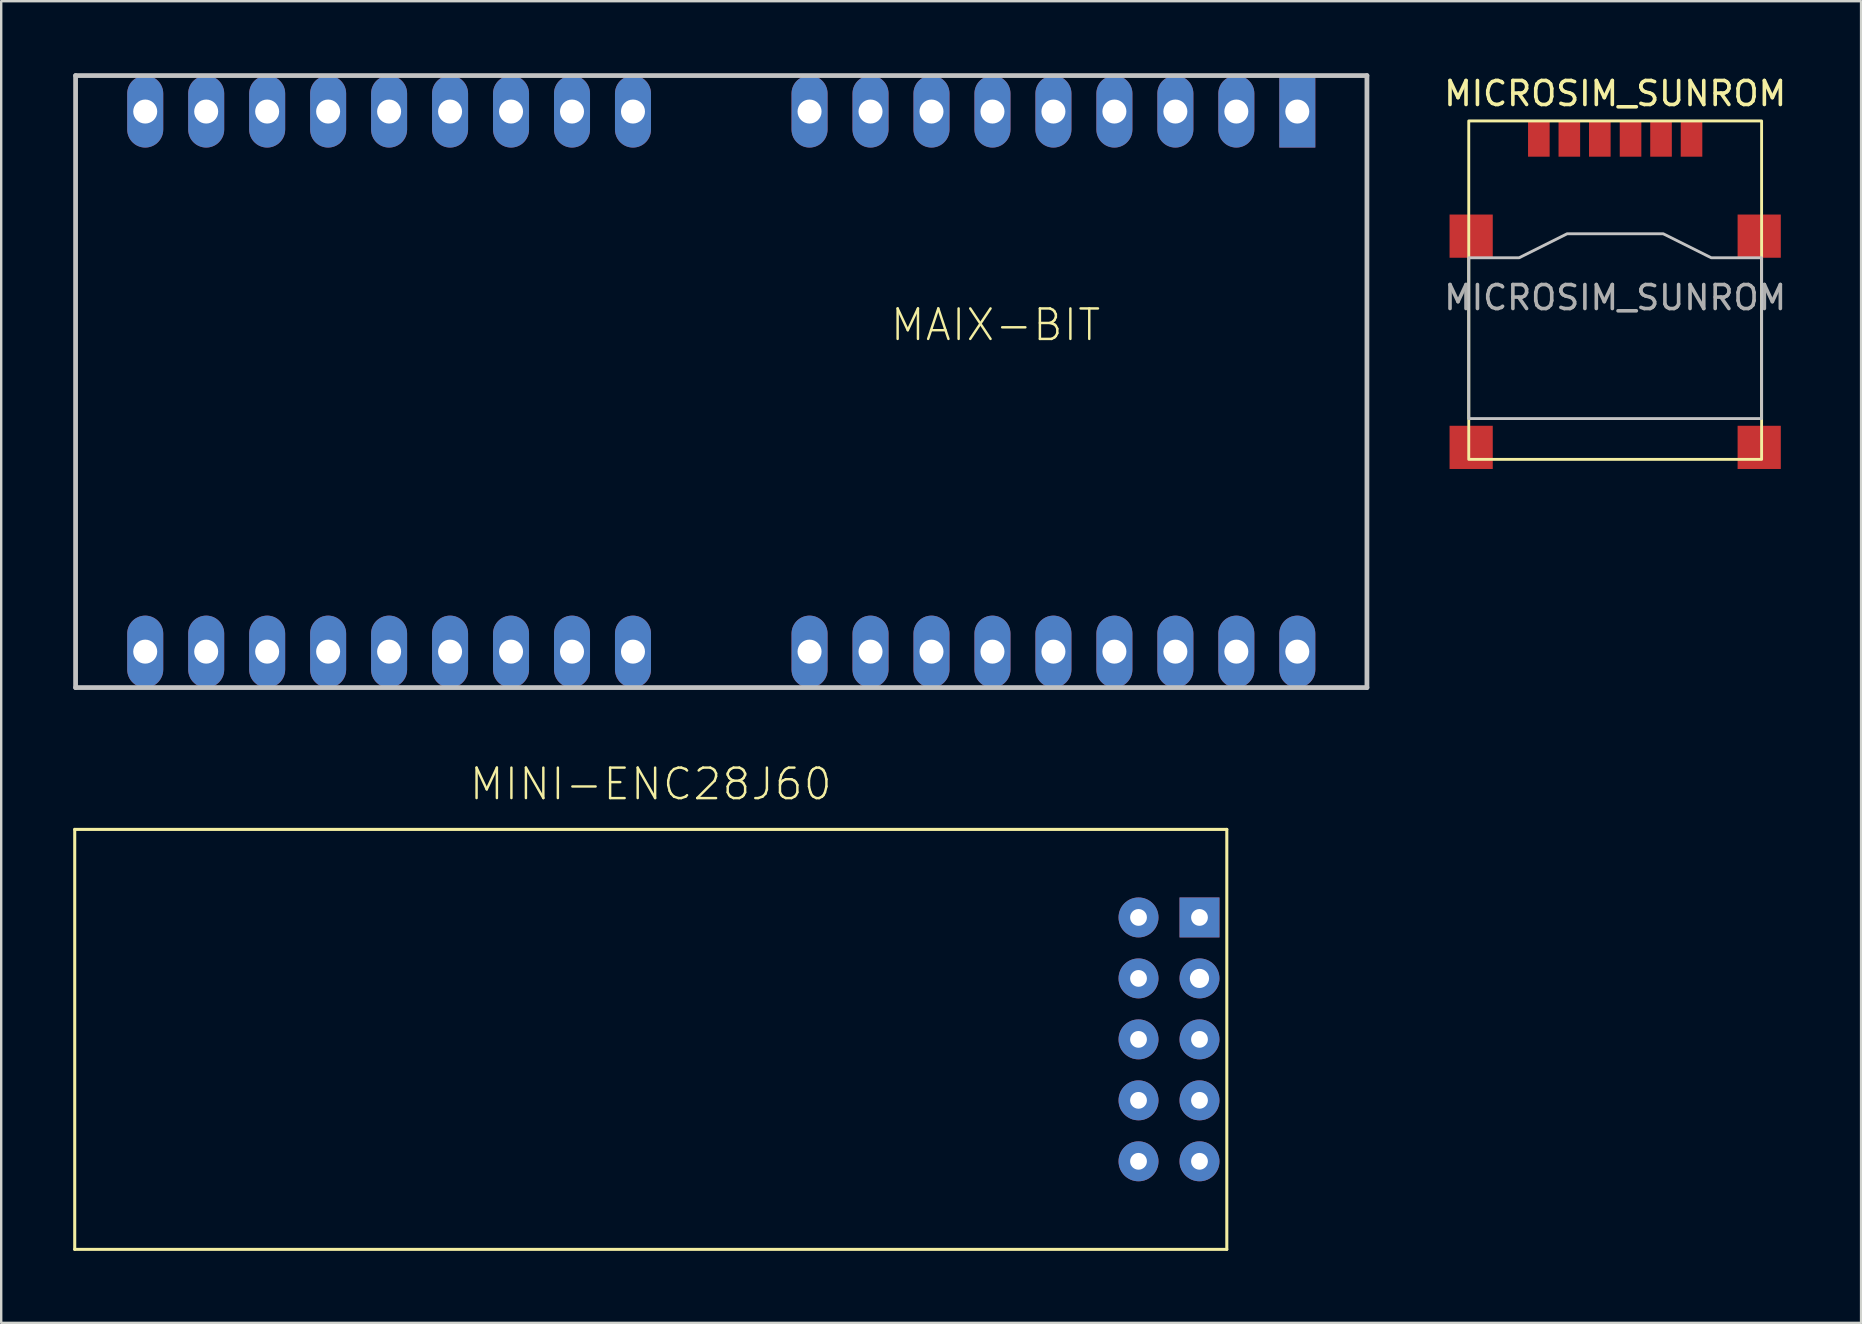
<source format=kicad_pcb>
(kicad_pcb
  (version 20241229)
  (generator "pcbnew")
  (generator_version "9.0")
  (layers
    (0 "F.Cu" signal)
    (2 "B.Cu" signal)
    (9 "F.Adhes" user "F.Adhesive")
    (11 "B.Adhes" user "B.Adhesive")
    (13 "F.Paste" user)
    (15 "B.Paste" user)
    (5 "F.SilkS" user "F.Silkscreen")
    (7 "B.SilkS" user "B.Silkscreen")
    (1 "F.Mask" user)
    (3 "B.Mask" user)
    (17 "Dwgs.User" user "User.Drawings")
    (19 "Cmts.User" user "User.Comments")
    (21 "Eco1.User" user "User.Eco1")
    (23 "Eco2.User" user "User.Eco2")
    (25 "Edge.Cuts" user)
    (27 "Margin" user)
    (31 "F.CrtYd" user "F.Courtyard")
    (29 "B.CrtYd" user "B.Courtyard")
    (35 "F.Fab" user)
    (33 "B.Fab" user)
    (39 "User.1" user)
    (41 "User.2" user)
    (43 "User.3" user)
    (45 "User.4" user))
  (footprint "MAIX-BIT"
    (layer "F.Cu")
    (at 26.998 12.847)
    (property "Reference" "MAIX-BIT" (at 11.43 -2.36 0) (layer "F.SilkS") (effects (font (size 1.27 1.27) (thickness 0.102))))
    (attr through_hole exclude_from_pos_files exclude_from_bom)
    (fp_line (start -26.899 -12.748) (end 26.899 -12.748) (stroke (width 0.198) (type solid)) (layer "Dwgs.User"))
    (fp_line (start -26.899 12.748) (end -26.899 -12.748) (stroke (width 0.198) (type solid)) (layer "Dwgs.User"))
    (fp_line (start -26.899 12.748) (end 26.899 12.748) (stroke (width 0.198) (type solid)) (layer "Dwgs.User"))
    (fp_line (start 26.899 12.748) (end 26.899 -12.748) (stroke (width 0.198) (type solid)) (layer "Dwgs.User"))
    (pad "0" thru_hole rect (at 23.998 -11.25) (size 1.5 3) (drill 1) (layers "*.Cu" "*.Paste" "*.Mask"))
    (pad "1" thru_hole oval (at 21.458 -11.25) (size 1.5 3) (drill 1) (layers "*.Cu" "*.Paste" "*.Mask"))
    (pad "2" thru_hole oval (at 18.918 -11.25) (size 1.5 3) (drill 1) (layers "*.Cu" "*.Paste" "*.Mask"))
    (pad "3" thru_hole oval (at 16.378 -11.25) (size 1.5 3) (drill 1) (layers "*.Cu" "*.Paste" "*.Mask"))
    (pad "3V3" thru_hole oval (at -8.758 11.25) (size 1.5 3) (drill 1) (layers "*.Cu" "*.Paste" "*.Mask"))
    (pad "4" thru_hole oval (at 13.838 -11.25) (size 1.5 3) (drill 1) (layers "*.Cu" "*.Paste" "*.Mask"))
    (pad "5" thru_hole oval (at 11.298 -11.25) (size 1.5 3) (drill 1) (layers "*.Cu" "*.Paste" "*.Mask"))
    (pad "5V" thru_hole oval (at -11.298 11.25) (size 1.5 3) (drill 1) (layers "*.Cu" "*.Paste" "*.Mask"))
    (pad "6" thru_hole oval (at 8.758 -11.25) (size 1.5 3) (drill 1) (layers "*.Cu" "*.Paste" "*.Mask"))
    (pad "7" thru_hole oval (at 6.218 -11.25) (size 1.5 3) (drill 1) (layers "*.Cu" "*.Paste" "*.Mask"))
    (pad "8" thru_hole oval (at 3.678 -11.25) (size 1.5 3) (drill 1) (layers "*.Cu" "*.Paste" "*.Mask"))
    (pad "9" thru_hole oval (at -3.678 -11.25) (size 1.5 3) (drill 1) (layers "*.Cu" "*.Paste" "*.Mask"))
    (pad "10" thru_hole oval (at -6.218 -11.25) (size 1.5 3) (drill 1) (layers "*.Cu" "*.Paste" "*.Mask"))
    (pad "15" thru_hole oval (at -8.758 -11.25) (size 1.5 3) (drill 1) (layers "*.Cu" "*.Paste" "*.Mask"))
    (pad "16" thru_hole oval (at -11.298 -11.25) (size 1.5 3) (drill 1) (layers "*.Cu" "*.Paste" "*.Mask"))
    (pad "17" thru_hole oval (at -13.838 -11.25) (size 1.5 3) (drill 1) (layers "*.Cu" "*.Paste" "*.Mask"))
    (pad "18" thru_hole oval (at -16.378 -11.25) (size 1.5 3) (drill 1) (layers "*.Cu" "*.Paste" "*.Mask"))
    (pad "19" thru_hole oval (at -18.918 -11.25) (size 1.5 3) (drill 1) (layers "*.Cu" "*.Paste" "*.Mask"))
    (pad "20" thru_hole oval (at -21.458 -11.25) (size 1.5 3) (drill 1) (layers "*.Cu" "*.Paste" "*.Mask"))
    (pad "21" thru_hole oval (at -23.998 -11.25) (size 1.5 3) (drill 1) (layers "*.Cu" "*.Paste" "*.Mask"))
    (pad "22" thru_hole oval (at -23.998 11.25) (size 1.5 3) (drill 1) (layers "*.Cu" "*.Paste" "*.Mask"))
    (pad "23" thru_hole oval (at -21.458 11.25) (size 1.5 3) (drill 1) (layers "*.Cu" "*.Paste" "*.Mask"))
    (pad "24" thru_hole oval (at -18.918 11.25) (size 1.5 3) (drill 1) (layers "*.Cu" "*.Paste" "*.Mask"))
    (pad "25" thru_hole oval (at -16.378 11.25) (size 1.5 3) (drill 1) (layers "*.Cu" "*.Paste" "*.Mask"))
    (pad "26" thru_hole oval (at -3.678 11.25) (size 1.5 3) (drill 1) (layers "*.Cu" "*.Paste" "*.Mask"))
    (pad "27" thru_hole oval (at 3.678 11.25) (size 1.5 3) (drill 1) (layers "*.Cu" "*.Paste" "*.Mask"))
    (pad "28" thru_hole oval (at 6.218 11.25) (size 1.5 3) (drill 1) (layers "*.Cu" "*.Paste" "*.Mask"))
    (pad "29" thru_hole oval (at 8.758 11.25) (size 1.5 3) (drill 1) (layers "*.Cu" "*.Paste" "*.Mask"))
    (pad "30" thru_hole oval (at 11.298 11.25) (size 1.5 3) (drill 1) (layers "*.Cu" "*.Paste" "*.Mask"))
    (pad "31" thru_hole oval (at 13.838 11.25) (size 1.5 3) (drill 1) (layers "*.Cu" "*.Paste" "*.Mask"))
    (pad "32" thru_hole oval (at 16.378 11.25) (size 1.5 3) (drill 1) (layers "*.Cu" "*.Paste" "*.Mask"))
    (pad "33" thru_hole oval (at 18.918 11.25) (size 1.5 3) (drill 1) (layers "*.Cu" "*.Paste" "*.Mask"))
    (pad "34" thru_hole oval (at 21.458 11.25) (size 1.5 3) (drill 1) (layers "*.Cu" "*.Paste" "*.Mask"))
    (pad "35" thru_hole oval (at 23.998 11.25) (size 1.5 3) (drill 1) (layers "*.Cu" "*.Paste" "*.Mask"))
    (pad "GND" thru_hole oval (at -13.838 11.25) (size 1.5 3) (drill 1) (layers "*.Cu" "*.Paste" "*.Mask"))
    (pad "RST" thru_hole oval (at -6.218 11.25) (size 1.5 3) (drill 1) (layers "*.Cu" "*.Paste" "*.Mask")))
  (footprint "MINI-ENC28J60"
    (layer "F.Cu")
    (at 24.061 40.251)
    (property "Reference" "MINI-ENC28J60" (at 0 -10.635 0) (layer "F.SilkS") (effects (font (size 1.27 1.27) (thickness 0.102))))
    (attr exclude_from_pos_files exclude_from_bom)
    (fp_line (start -23.998 -8.748) (end -23.998 8.748) (stroke (width 0.127) (type solid)) (layer "F.SilkS"))
    (fp_line (start 23.998 -8.748) (end -23.998 -8.748) (stroke (width 0.127) (type solid)) (layer "F.SilkS"))
    (fp_line (start 23.998 -8.748) (end 23.998 8.748) (stroke (width 0.127) (type solid)) (layer "F.SilkS"))
    (fp_line (start 23.998 8.748) (end -23.998 8.748) (stroke (width 0.127) (type solid)) (layer "F.SilkS"))
    (pad "CLK" thru_hole rect (at 22.86 -5.08 180) (size 1.664 1.664) (drill 0.699) (layers "*.Cu" "*.Paste" "*.Mask"))
    (pad "CS" thru_hole circle (at 22.86 2.54 180) (size 1.664 1.664) (drill 0.699) (layers "*.Cu" "*.Paste" "*.Mask"))
    (pad "GND" thru_hole circle (at 20.32 5.08 180) (size 1.664 1.664) (drill 0.699) (layers "*.Cu" "*.Paste" "*.Mask"))
    (pad "INT" thru_hole circle (at 20.32 -5.08 180) (size 1.664 1.664) (drill 0.699) (layers "*.Cu" "*.Paste" "*.Mask"))
    (pad "MISO" thru_hole circle (at 20.32 -2.54 180) (size 1.664 1.664) (drill 0.699) (layers "*.Cu" "*.Paste" "*.Mask"))
    (pad "MOSI" thru_hole circle (at 22.86 0 180) (size 1.664 1.664) (drill 0.699) (layers "*.Cu" "*.Paste" "*.Mask"))
    (pad "RST" thru_hole circle (at 20.32 2.54 180) (size 1.664 1.664) (drill 0.699) (layers "*.Cu" "*.Paste" "*.Mask"))
    (pad "SCK" thru_hole circle (at 20.32 0 180) (size 1.664 1.664) (drill 0.699) (layers "*.Cu" "*.Paste" "*.Mask"))
    (pad "VCC" thru_hole circle (at 22.86 5.08 180) (size 1.664 1.664) (drill 0.699) (layers "*.Cu" "*.Paste" "*.Mask"))
    (pad "WOL" thru_hole circle (at 22.86 -2.54 180) (size 1.664 1.664) (drill 0.798) (layers "*.Cu" "*.Paste" "*.Mask")))
  (footprint "MICROSIM_SUNROM"
    (layer "F.Cu")
    (at 64.239 2.688)
    (property "Reference" "MICROSIM_SUNROM" (at 0 -1.84 0) (layer "F.SilkS") (effects (font (size 1 1) (thickness 0.15))))
    (attr smd)
    (fp_rect (start -6.1 -0.7) (end 6.1 13.4) (stroke (width 0.12) (type solid)) (fill no) (layer "F.SilkS"))
    (fp_poly (pts (xy 4 5) (xy 6.1 5) (xy 6.1 11.7) (xy -6.1 11.7) (xy -6.1 5) (xy -4 5) (xy -2 4) (xy 2 4)) (stroke (width 0.12) (type solid)) (fill no) (layer "Dwgs.User"))
    (fp_text user "${REFERENCE}" (at 0 6.66 0) (layer "F.Fab") (effects (font (size 1 1) (thickness 0.15))))
    (pad "1" smd rect (at -3.18 0.04 180) (size 0.9 1.5) (layers "F.Cu" "F.Mask" "F.Paste"))
    (pad "2" smd rect (at -0.64 0.04 180) (size 0.9 1.5) (layers "F.Cu" "F.Mask" "F.Paste"))
    (pad "3" smd rect (at 1.91 0.04 180) (size 0.9 1.5) (layers "F.Cu" "F.Mask" "F.Paste"))
    (pad "5" smd rect (at -6 4.1 180) (size 1.8 1.8) (layers "F.Cu" "F.Mask" "F.Paste"))
    (pad "5" smd rect (at -6 12.9 180) (size 1.8 1.8) (layers "F.Cu" "F.Mask" "F.Paste"))
    (pad "5" smd rect (at -1.91 0.04 180) (size 0.9 1.5) (layers "F.Cu" "F.Mask" "F.Paste"))
    (pad "5" smd rect (at 6 4.1 180) (size 1.8 1.8) (layers "F.Cu" "F.Mask" "F.Paste"))
    (pad "5" smd rect (at 6 12.9 180) (size 1.8 1.8) (layers "F.Cu" "F.Mask" "F.Paste"))
    (pad "6" smd rect (at 0.64 0.04 180) (size 0.9 1.5) (layers "F.Cu" "F.Mask" "F.Paste"))
    (pad "7" smd rect (at 3.18 0.04 180) (size 0.9 1.5) (layers "F.Cu" "F.Mask" "F.Paste")))
  (gr_rect
    (start -3 -3)
    (end 74.483 52.062)
    (stroke (width 0.1) (type default))
    (fill no)
    (layer "Edge.Cuts")))
</source>
